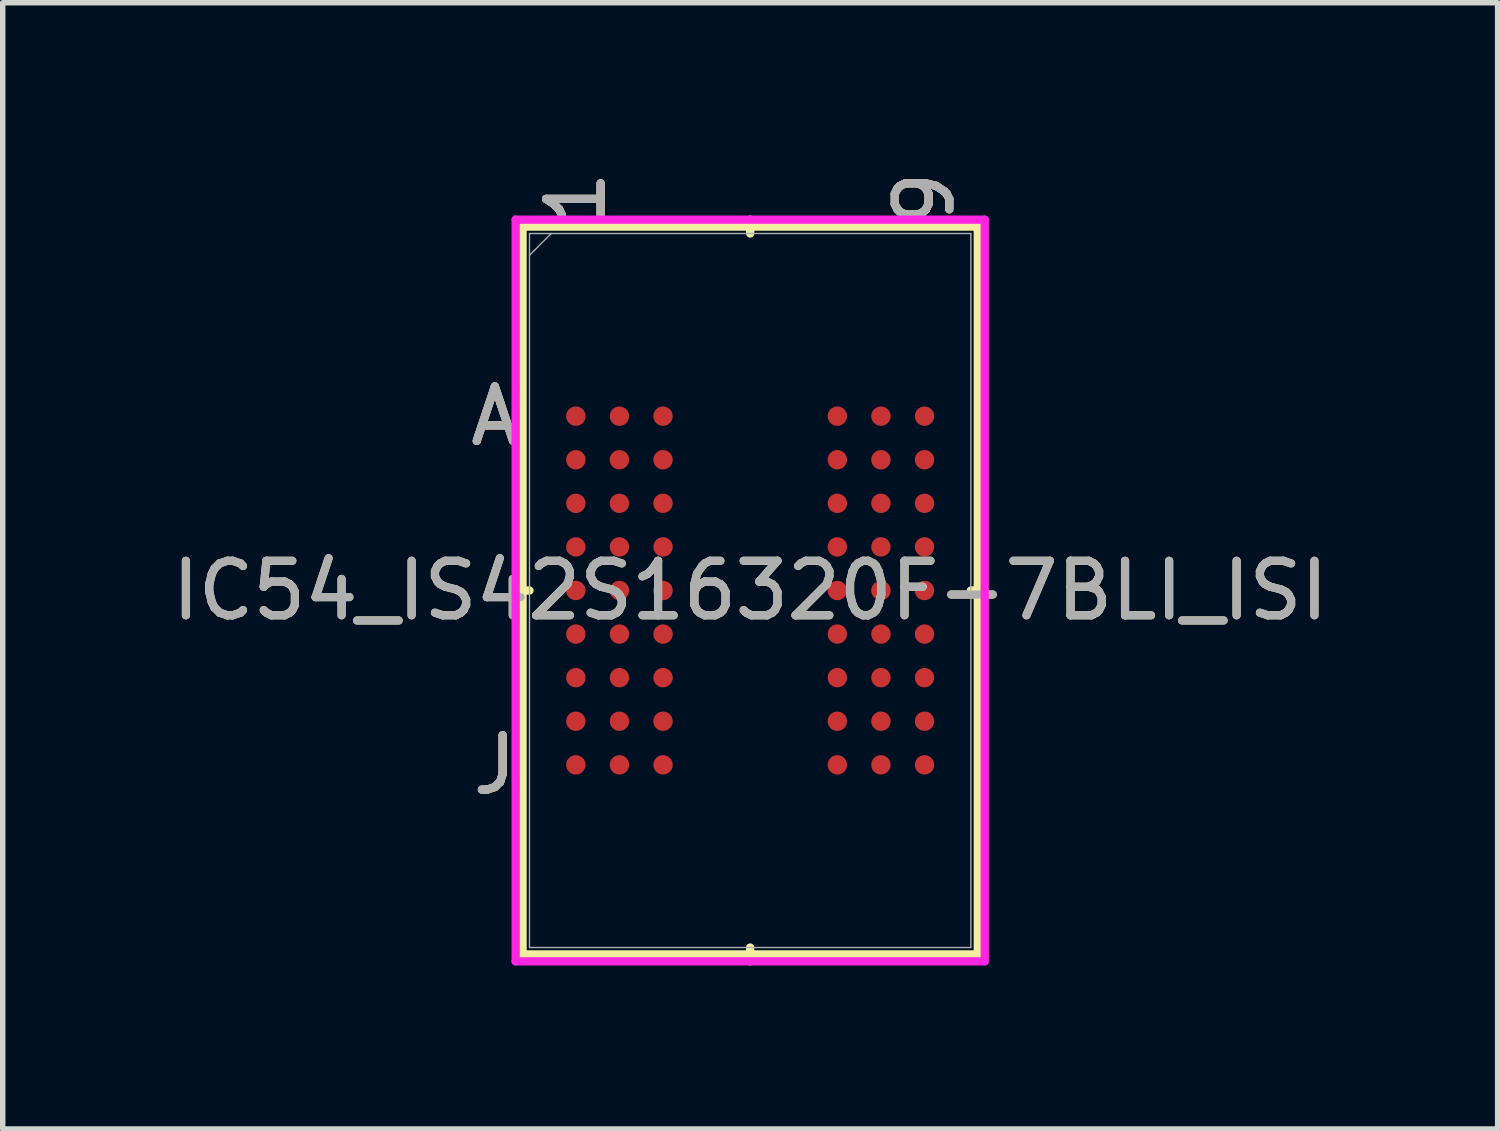
<source format=kicad_pcb>
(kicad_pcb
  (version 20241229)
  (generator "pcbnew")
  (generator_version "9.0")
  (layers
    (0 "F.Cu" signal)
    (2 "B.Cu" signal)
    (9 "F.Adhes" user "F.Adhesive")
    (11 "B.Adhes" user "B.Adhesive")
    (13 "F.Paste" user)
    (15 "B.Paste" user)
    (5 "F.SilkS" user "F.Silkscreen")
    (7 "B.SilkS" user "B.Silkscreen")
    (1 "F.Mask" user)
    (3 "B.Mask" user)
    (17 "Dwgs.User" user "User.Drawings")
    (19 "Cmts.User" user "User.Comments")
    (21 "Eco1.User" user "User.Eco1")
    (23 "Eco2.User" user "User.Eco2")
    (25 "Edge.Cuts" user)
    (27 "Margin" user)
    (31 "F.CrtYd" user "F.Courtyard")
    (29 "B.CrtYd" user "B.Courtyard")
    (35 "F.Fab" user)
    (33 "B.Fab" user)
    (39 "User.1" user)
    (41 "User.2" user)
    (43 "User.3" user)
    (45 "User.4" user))
  (footprint "IC54_IS42S16320F-7BLI_ISI"
    (layer "F.Cu")
    (at 10.72 7.789)
    (property "Reference" "IC54_IS42S16320F-7BLI_ISI" (at 0 0 0) (unlocked yes) (layer "F.SilkS") (effects (font (size 1 1) (thickness 0.15))))
    (attr smd)
    (fp_line (start -4.178 -6.68) (end -4.178 6.68) (stroke (width 0.152) (type solid)) (layer "F.SilkS"))
    (fp_line (start -4.178 6.68) (end 4.178 6.68) (stroke (width 0.152) (type solid)) (layer "F.SilkS"))
    (fp_line (start -4.051 0) (end -4.305 0) (stroke (width 0.152) (type solid)) (layer "F.SilkS"))
    (fp_line (start 0 -6.553) (end 0 -6.807) (stroke (width 0.152) (type solid)) (layer "F.SilkS"))
    (fp_line (start 0 6.553) (end 0 6.807) (stroke (width 0.152) (type solid)) (layer "F.SilkS"))
    (fp_line (start 4.051 0) (end 4.305 0) (stroke (width 0.152) (type solid)) (layer "F.SilkS"))
    (fp_line (start 4.178 -6.68) (end -4.178 -6.68) (stroke (width 0.152) (type solid)) (layer "F.SilkS"))
    (fp_line (start 4.178 6.68) (end 4.178 -6.68) (stroke (width 0.152) (type solid)) (layer "F.SilkS"))
    (fp_poly (pts (xy -4.045 -4.045) (xy 4.045 -4.045) (xy 4.045 4.045) (xy -4.045 4.045)) (stroke (width 0.1) (type solid)) (fill no) (layer "Eco2.User"))
    (fp_line (start -4.305 -6.807) (end 4.305 -6.807) (stroke (width 0.152) (type solid)) (layer "F.CrtYd"))
    (fp_line (start -4.305 6.807) (end -4.305 -6.807) (stroke (width 0.152) (type solid)) (layer "F.CrtYd"))
    (fp_line (start 4.305 -6.807) (end 4.305 6.807) (stroke (width 0.152) (type solid)) (layer "F.CrtYd"))
    (fp_line (start 4.305 6.807) (end -4.305 6.807) (stroke (width 0.152) (type solid)) (layer "F.CrtYd"))
    (fp_line (start -4.051 -6.553) (end -4.051 6.553) (stroke (width 0.025) (type solid)) (layer "F.Fab"))
    (fp_line (start -4.051 6.553) (end 4.051 6.553) (stroke (width 0.025) (type solid)) (layer "F.Fab"))
    (fp_line (start -3.651 -6.553) (end -4.051 -6.153) (stroke (width 0.025) (type solid)) (layer "F.Fab"))
    (fp_line (start 4.051 -6.553) (end -4.051 -6.553) (stroke (width 0.025) (type solid)) (layer "F.Fab"))
    (fp_line (start 4.051 6.553) (end 4.051 -6.553) (stroke (width 0.025) (type solid)) (layer "F.Fab"))
    (fp_text user "J" (at -4.686 3.2 0) (unlocked yes) (layer "F.SilkS") (effects (font (size 1 1) (thickness 0.15))))
    (fp_text user "9" (at 3.2 -7.188 90) (unlocked yes) (layer "F.SilkS") (effects (font (size 1 1) (thickness 0.15))))
    (fp_text user "1" (at -3.2 -7.188 90) (unlocked yes) (layer "F.SilkS") (effects (font (size 1 1) (thickness 0.15))))
    (fp_text user "A" (at -4.686 -3.2 0) (unlocked yes) (layer "F.SilkS") (effects (font (size 1 1) (thickness 0.15))))
    (fp_text user "A" (at -4.686 -3.2 0) (unlocked yes) (layer "B.SilkS") (effects (font (size 1 1) (thickness 0.15))))
    (fp_text user "9" (at 3.2 -7.188 90) (unlocked yes) (layer "B.SilkS") (effects (font (size 1 1) (thickness 0.15))))
    (fp_text user "J" (at -4.686 3.2 0) (unlocked yes) (layer "B.SilkS") (effects (font (size 1 1) (thickness 0.15))))
    (fp_text user "1" (at -3.2 -7.188 90) (unlocked yes) (layer "B.SilkS") (effects (font (size 1 1) (thickness 0.15))))
    (fp_text user "1" (at -3.2 -7.188 90) (unlocked yes) (layer "F.Fab") (effects (font (size 1 1) (thickness 0.15))))
    (fp_text user "9" (at 3.2 -7.188 90) (unlocked yes) (layer "F.Fab") (effects (font (size 1 1) (thickness 0.15))))
    (fp_text user "A" (at -4.686 -3.2 0) (unlocked yes) (layer "F.Fab") (effects (font (size 1 1) (thickness 0.15))))
    (fp_text user "J" (at -4.686 3.2 0) (unlocked yes) (layer "F.Fab") (effects (font (size 1 1) (thickness 0.15))))
    (fp_text user "${REFERENCE}" (at 0 0 0) (unlocked yes) (layer "F.Fab") (effects (font (size 1 1) (thickness 0.15))))
    (pad "A1" smd circle (at -3.2 -3.2) (size 0.356 0.356) (layers "F.Cu" "F.Mask" "F.Paste"))
    (pad "A2" smd circle (at -2.4 -3.2) (size 0.356 0.356) (layers "F.Cu" "F.Mask" "F.Paste"))
    (pad "A3" smd circle (at -1.6 -3.2) (size 0.356 0.356) (layers "F.Cu" "F.Mask" "F.Paste"))
    (pad "A7" smd circle (at 1.6 -3.2) (size 0.356 0.356) (layers "F.Cu" "F.Mask" "F.Paste"))
    (pad "A8" smd circle (at 2.4 -3.2) (size 0.356 0.356) (layers "F.Cu" "F.Mask" "F.Paste"))
    (pad "A9" smd circle (at 3.2 -3.2) (size 0.356 0.356) (layers "F.Cu" "F.Mask" "F.Paste"))
    (pad "B1" smd circle (at -3.2 -2.4) (size 0.356 0.356) (layers "F.Cu" "F.Mask" "F.Paste"))
    (pad "B2" smd circle (at -2.4 -2.4) (size 0.356 0.356) (layers "F.Cu" "F.Mask" "F.Paste"))
    (pad "B3" smd circle (at -1.6 -2.4) (size 0.356 0.356) (layers "F.Cu" "F.Mask" "F.Paste"))
    (pad "B7" smd circle (at 1.6 -2.4) (size 0.356 0.356) (layers "F.Cu" "F.Mask" "F.Paste"))
    (pad "B8" smd circle (at 2.4 -2.4) (size 0.356 0.356) (layers "F.Cu" "F.Mask" "F.Paste"))
    (pad "B9" smd circle (at 3.2 -2.4) (size 0.356 0.356) (layers "F.Cu" "F.Mask" "F.Paste"))
    (pad "C1" smd circle (at -3.2 -1.6) (size 0.356 0.356) (layers "F.Cu" "F.Mask" "F.Paste"))
    (pad "C2" smd circle (at -2.4 -1.6) (size 0.356 0.356) (layers "F.Cu" "F.Mask" "F.Paste"))
    (pad "C3" smd circle (at -1.6 -1.6) (size 0.356 0.356) (layers "F.Cu" "F.Mask" "F.Paste"))
    (pad "C7" smd circle (at 1.6 -1.6) (size 0.356 0.356) (layers "F.Cu" "F.Mask" "F.Paste"))
    (pad "C8" smd circle (at 2.4 -1.6) (size 0.356 0.356) (layers "F.Cu" "F.Mask" "F.Paste"))
    (pad "C9" smd circle (at 3.2 -1.6) (size 0.356 0.356) (layers "F.Cu" "F.Mask" "F.Paste"))
    (pad "D1" smd circle (at -3.2 -0.8) (size 0.356 0.356) (layers "F.Cu" "F.Mask" "F.Paste"))
    (pad "D2" smd circle (at -2.4 -0.8) (size 0.356 0.356) (layers "F.Cu" "F.Mask" "F.Paste"))
    (pad "D3" smd circle (at -1.6 -0.8) (size 0.356 0.356) (layers "F.Cu" "F.Mask" "F.Paste"))
    (pad "D7" smd circle (at 1.6 -0.8) (size 0.356 0.356) (layers "F.Cu" "F.Mask" "F.Paste"))
    (pad "D8" smd circle (at 2.4 -0.8) (size 0.356 0.356) (layers "F.Cu" "F.Mask" "F.Paste"))
    (pad "D9" smd circle (at 3.2 -0.8) (size 0.356 0.356) (layers "F.Cu" "F.Mask" "F.Paste"))
    (pad "E1" smd circle (at -3.2 0) (size 0.356 0.356) (layers "F.Cu" "F.Mask" "F.Paste"))
    (pad "E2" smd circle (at -2.4 0) (size 0.356 0.356) (layers "F.Cu" "F.Mask" "F.Paste"))
    (pad "E3" smd circle (at -1.6 0) (size 0.356 0.356) (layers "F.Cu" "F.Mask" "F.Paste"))
    (pad "E7" smd circle (at 1.6 0) (size 0.356 0.356) (layers "F.Cu" "F.Mask" "F.Paste"))
    (pad "E8" smd circle (at 2.4 0) (size 0.356 0.356) (layers "F.Cu" "F.Mask" "F.Paste"))
    (pad "E9" smd circle (at 3.2 0) (size 0.356 0.356) (layers "F.Cu" "F.Mask" "F.Paste"))
    (pad "F1" smd circle (at -3.2 0.8) (size 0.356 0.356) (layers "F.Cu" "F.Mask" "F.Paste"))
    (pad "F2" smd circle (at -2.4 0.8) (size 0.356 0.356) (layers "F.Cu" "F.Mask" "F.Paste"))
    (pad "F3" smd circle (at -1.6 0.8) (size 0.356 0.356) (layers "F.Cu" "F.Mask" "F.Paste"))
    (pad "F7" smd circle (at 1.6 0.8) (size 0.356 0.356) (layers "F.Cu" "F.Mask" "F.Paste"))
    (pad "F8" smd circle (at 2.4 0.8) (size 0.356 0.356) (layers "F.Cu" "F.Mask" "F.Paste"))
    (pad "F9" smd circle (at 3.2 0.8) (size 0.356 0.356) (layers "F.Cu" "F.Mask" "F.Paste"))
    (pad "G1" smd circle (at -3.2 1.6) (size 0.356 0.356) (layers "F.Cu" "F.Mask" "F.Paste"))
    (pad "G2" smd circle (at -2.4 1.6) (size 0.356 0.356) (layers "F.Cu" "F.Mask" "F.Paste"))
    (pad "G3" smd circle (at -1.6 1.6) (size 0.356 0.356) (layers "F.Cu" "F.Mask" "F.Paste"))
    (pad "G7" smd circle (at 1.6 1.6) (size 0.356 0.356) (layers "F.Cu" "F.Mask" "F.Paste"))
    (pad "G8" smd circle (at 2.4 1.6) (size 0.356 0.356) (layers "F.Cu" "F.Mask" "F.Paste"))
    (pad "G9" smd circle (at 3.2 1.6) (size 0.356 0.356) (layers "F.Cu" "F.Mask" "F.Paste"))
    (pad "H1" smd circle (at -3.2 2.4) (size 0.356 0.356) (layers "F.Cu" "F.Mask" "F.Paste"))
    (pad "H2" smd circle (at -2.4 2.4) (size 0.356 0.356) (layers "F.Cu" "F.Mask" "F.Paste"))
    (pad "H3" smd circle (at -1.6 2.4) (size 0.356 0.356) (layers "F.Cu" "F.Mask" "F.Paste"))
    (pad "H7" smd circle (at 1.6 2.4) (size 0.356 0.356) (layers "F.Cu" "F.Mask" "F.Paste"))
    (pad "H8" smd circle (at 2.4 2.4) (size 0.356 0.356) (layers "F.Cu" "F.Mask" "F.Paste"))
    (pad "H9" smd circle (at 3.2 2.4) (size 0.356 0.356) (layers "F.Cu" "F.Mask" "F.Paste"))
    (pad "J1" smd circle (at -3.2 3.2) (size 0.356 0.356) (layers "F.Cu" "F.Mask" "F.Paste"))
    (pad "J2" smd circle (at -2.4 3.2) (size 0.356 0.356) (layers "F.Cu" "F.Mask" "F.Paste"))
    (pad "J3" smd circle (at -1.6 3.2) (size 0.356 0.356) (layers "F.Cu" "F.Mask" "F.Paste"))
    (pad "J7" smd circle (at 1.6 3.2) (size 0.356 0.356) (layers "F.Cu" "F.Mask" "F.Paste"))
    (pad "J8" smd circle (at 2.4 3.2) (size 0.356 0.356) (layers "F.Cu" "F.Mask" "F.Paste"))
    (pad "J9" smd circle (at 3.2 3.2) (size 0.356 0.356) (layers "F.Cu" "F.Mask" "F.Paste")))
  (gr_rect
    (start -3 -3)
    (end 24.44 17.673)
    (stroke (width 0.1) (type default))
    (fill no)
    (layer "Edge.Cuts")))
</source>
